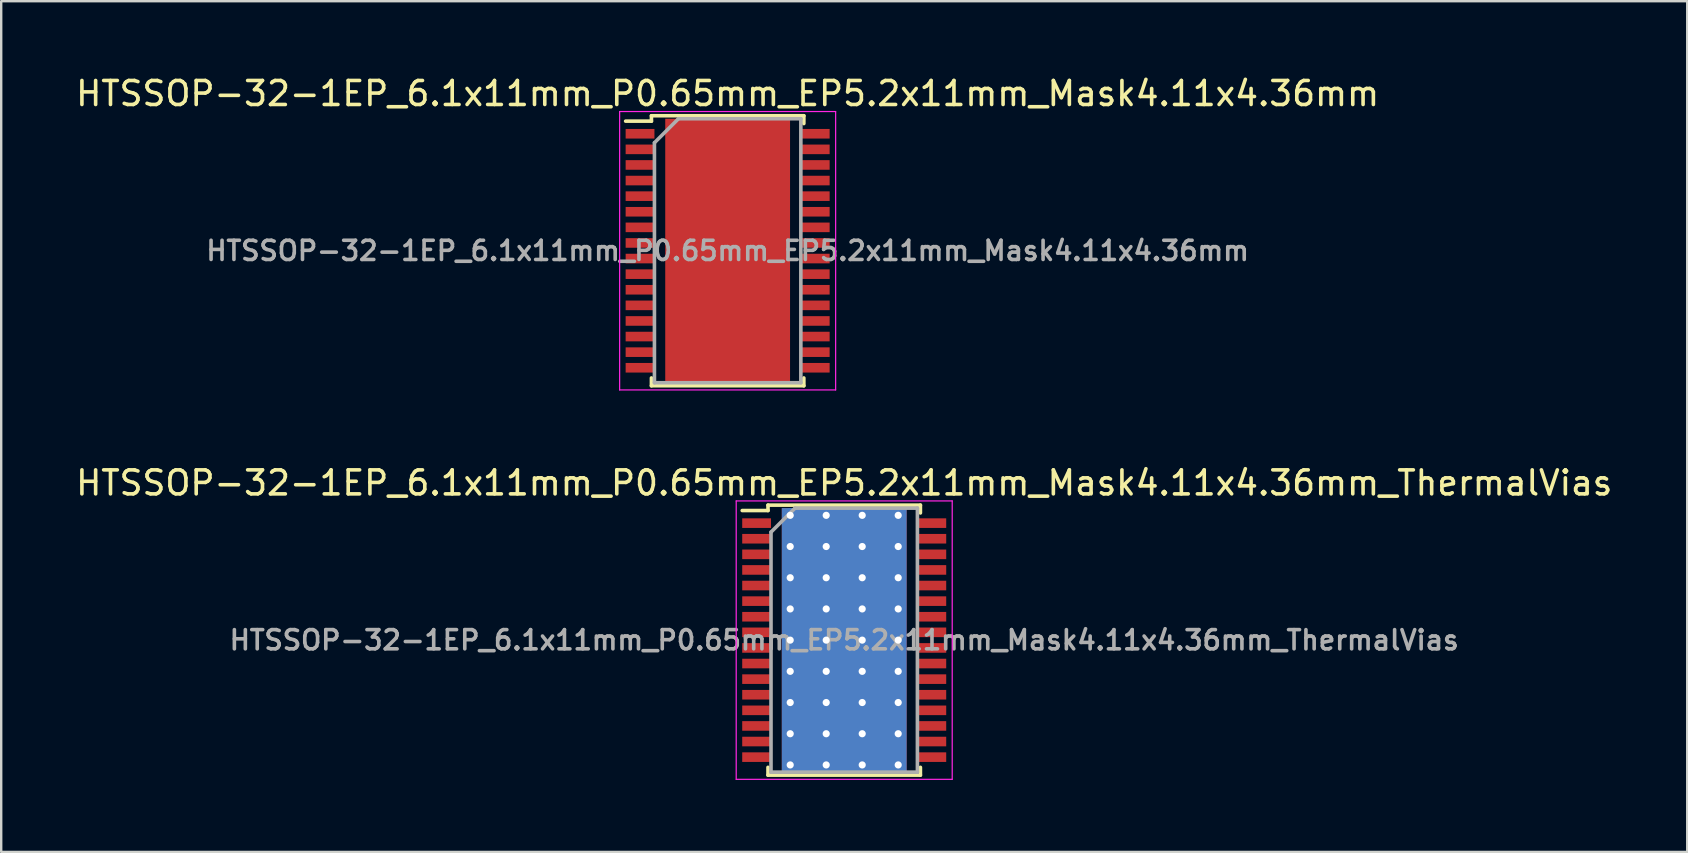
<source format=kicad_pcb>
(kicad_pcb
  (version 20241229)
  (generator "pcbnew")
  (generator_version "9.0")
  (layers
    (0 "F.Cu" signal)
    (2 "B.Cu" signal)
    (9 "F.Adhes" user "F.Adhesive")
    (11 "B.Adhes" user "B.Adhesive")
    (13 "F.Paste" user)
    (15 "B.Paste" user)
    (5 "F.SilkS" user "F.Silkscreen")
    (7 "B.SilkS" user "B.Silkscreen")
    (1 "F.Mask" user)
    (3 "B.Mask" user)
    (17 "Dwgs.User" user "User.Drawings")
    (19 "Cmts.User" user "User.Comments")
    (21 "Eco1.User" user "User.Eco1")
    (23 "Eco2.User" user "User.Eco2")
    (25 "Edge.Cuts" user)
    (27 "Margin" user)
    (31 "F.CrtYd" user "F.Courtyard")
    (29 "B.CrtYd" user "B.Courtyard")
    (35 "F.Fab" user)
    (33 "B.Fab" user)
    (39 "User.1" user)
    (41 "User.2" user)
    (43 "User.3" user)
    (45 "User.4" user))
  (footprint "HTSSOP-32-1EP_6.1x11mm_P0.65mm_EP5.2x11mm_Mask4.11x4.36mm"
    (layer "F.Cu")
    (at 27.268 7.398)
    (property "Reference" "HTSSOP-32-1EP_6.1x11mm_P0.65mm_EP5.2x11mm_Mask4.11x4.36mm" (at 0 -6.55 0) (layer "F.SilkS") (effects (font (size 1 1) (thickness 0.15))))
    (attr smd)
    (fp_line (start -4.25 -5.4) (end -3.175 -5.4) (stroke (width 0.15) (type solid)) (layer "F.SilkS"))
    (fp_line (start -3.175 -5.625) (end 3.175 -5.625) (stroke (width 0.15) (type solid)) (layer "F.SilkS"))
    (fp_line (start -3.175 -5.4) (end -3.175 -5.625) (stroke (width 0.15) (type solid)) (layer "F.SilkS"))
    (fp_line (start -3.175 5.3) (end -3.175 5.625) (stroke (width 0.15) (type solid)) (layer "F.SilkS"))
    (fp_line (start -3.175 5.625) (end 3.175 5.625) (stroke (width 0.15) (type solid)) (layer "F.SilkS"))
    (fp_line (start 3.175 -5.625) (end 3.175 -5.3) (stroke (width 0.15) (type solid)) (layer "F.SilkS"))
    (fp_line (start 3.175 5.625) (end 3.175 5.3) (stroke (width 0.15) (type solid)) (layer "F.SilkS"))
    (fp_line (start -4.5 -5.8) (end -4.5 5.8) (stroke (width 0.05) (type solid)) (layer "F.CrtYd"))
    (fp_line (start -4.5 5.8) (end 4.5 5.8) (stroke (width 0.05) (type solid)) (layer "F.CrtYd"))
    (fp_line (start 4.5 -5.8) (end -4.5 -5.8) (stroke (width 0.05) (type solid)) (layer "F.CrtYd"))
    (fp_line (start 4.5 5.8) (end 4.5 -5.8) (stroke (width 0.05) (type solid)) (layer "F.CrtYd"))
    (fp_line (start -3.05 -4.5) (end -2.05 -5.5) (stroke (width 0.15) (type solid)) (layer "F.Fab"))
    (fp_line (start -3.05 5.5) (end -3.05 -4.5) (stroke (width 0.15) (type solid)) (layer "F.Fab"))
    (fp_line (start -2.05 -5.5) (end 3.05 -5.5) (stroke (width 0.15) (type solid)) (layer "F.Fab"))
    (fp_line (start 3.05 -5.5) (end 3.05 5.5) (stroke (width 0.15) (type solid)) (layer "F.Fab"))
    (fp_line (start 3.05 5.5) (end -3.05 5.5) (stroke (width 0.15) (type solid)) (layer "F.Fab"))
    (fp_text user "${REFERENCE}" (at 0 0 0) (layer "F.Fab") (effects (font (size 0.8 0.8) (thickness 0.15))))
    (pad "" smd rect (at -1.37 -1.46) (size 1.07 1.16) (layers "F.Paste"))
    (pad "" smd rect (at -1.37 0) (size 1.07 1.16) (layers "F.Paste"))
    (pad "" smd rect (at -1.37 1.46) (size 1.07 1.16) (layers "F.Paste"))
    (pad "" smd rect (at 0 -1.46) (size 1.07 1.16) (layers "F.Paste"))
    (pad "" smd rect (at 0 0) (size 1.07 1.16) (layers "F.Paste"))
    (pad "" smd rect (at 0 0) (size 4.11 4.36) (layers "F.Mask"))
    (pad "" smd rect (at 0 1.46) (size 1.07 1.16) (layers "F.Paste"))
    (pad "" smd rect (at 1.37 -1.46) (size 1.07 1.16) (layers "F.Paste"))
    (pad "" smd rect (at 1.37 0) (size 1.07 1.16) (layers "F.Paste"))
    (pad "" smd rect (at 1.37 1.46) (size 1.07 1.16) (layers "F.Paste"))
    (pad "1" smd rect (at -3.65 -4.875) (size 1.2 0.4) (layers "F.Cu" "F.Mask" "F.Paste"))
    (pad "2" smd rect (at -3.65 -4.225) (size 1.2 0.4) (layers "F.Cu" "F.Mask" "F.Paste"))
    (pad "3" smd rect (at -3.65 -3.575) (size 1.2 0.4) (layers "F.Cu" "F.Mask" "F.Paste"))
    (pad "4" smd rect (at -3.65 -2.925) (size 1.2 0.4) (layers "F.Cu" "F.Mask" "F.Paste"))
    (pad "5" smd rect (at -3.65 -2.275) (size 1.2 0.4) (layers "F.Cu" "F.Mask" "F.Paste"))
    (pad "6" smd rect (at -3.65 -1.625) (size 1.2 0.4) (layers "F.Cu" "F.Mask" "F.Paste"))
    (pad "7" smd rect (at -3.65 -0.975) (size 1.2 0.4) (layers "F.Cu" "F.Mask" "F.Paste"))
    (pad "8" smd rect (at -3.65 -0.325) (size 1.2 0.4) (layers "F.Cu" "F.Mask" "F.Paste"))
    (pad "9" smd rect (at -3.65 0.325) (size 1.2 0.4) (layers "F.Cu" "F.Mask" "F.Paste"))
    (pad "10" smd rect (at -3.65 0.975) (size 1.2 0.4) (layers "F.Cu" "F.Mask" "F.Paste"))
    (pad "11" smd rect (at -3.65 1.625) (size 1.2 0.4) (layers "F.Cu" "F.Mask" "F.Paste"))
    (pad "12" smd rect (at -3.65 2.275) (size 1.2 0.4) (layers "F.Cu" "F.Mask" "F.Paste"))
    (pad "13" smd rect (at -3.65 2.925) (size 1.2 0.4) (layers "F.Cu" "F.Mask" "F.Paste"))
    (pad "14" smd rect (at -3.65 3.575) (size 1.2 0.4) (layers "F.Cu" "F.Mask" "F.Paste"))
    (pad "15" smd rect (at -3.65 4.225) (size 1.2 0.4) (layers "F.Cu" "F.Mask" "F.Paste"))
    (pad "16" smd rect (at -3.65 4.875) (size 1.2 0.4) (layers "F.Cu" "F.Mask" "F.Paste"))
    (pad "17" smd rect (at 3.65 4.875) (size 1.2 0.4) (layers "F.Cu" "F.Mask" "F.Paste"))
    (pad "18" smd rect (at 3.65 4.225) (size 1.2 0.4) (layers "F.Cu" "F.Mask" "F.Paste"))
    (pad "19" smd rect (at 3.65 3.575) (size 1.2 0.4) (layers "F.Cu" "F.Mask" "F.Paste"))
    (pad "20" smd rect (at 3.65 2.925) (size 1.2 0.4) (layers "F.Cu" "F.Mask" "F.Paste"))
    (pad "21" smd rect (at 3.65 2.275) (size 1.2 0.4) (layers "F.Cu" "F.Mask" "F.Paste"))
    (pad "22" smd rect (at 3.65 1.625) (size 1.2 0.4) (layers "F.Cu" "F.Mask" "F.Paste"))
    (pad "23" smd rect (at 3.65 0.975) (size 1.2 0.4) (layers "F.Cu" "F.Mask" "F.Paste"))
    (pad "24" smd rect (at 3.65 0.325) (size 1.2 0.4) (layers "F.Cu" "F.Mask" "F.Paste"))
    (pad "25" smd rect (at 3.65 -0.325) (size 1.2 0.4) (layers "F.Cu" "F.Mask" "F.Paste"))
    (pad "26" smd rect (at 3.65 -0.975) (size 1.2 0.4) (layers "F.Cu" "F.Mask" "F.Paste"))
    (pad "27" smd rect (at 3.65 -1.625) (size 1.2 0.4) (layers "F.Cu" "F.Mask" "F.Paste"))
    (pad "28" smd rect (at 3.65 -2.275) (size 1.2 0.4) (layers "F.Cu" "F.Mask" "F.Paste"))
    (pad "29" smd rect (at 3.65 -2.925) (size 1.2 0.4) (layers "F.Cu" "F.Mask" "F.Paste"))
    (pad "30" smd rect (at 3.65 -3.575) (size 1.2 0.4) (layers "F.Cu" "F.Mask" "F.Paste"))
    (pad "31" smd rect (at 3.65 -4.225) (size 1.2 0.4) (layers "F.Cu" "F.Mask" "F.Paste"))
    (pad "32" smd rect (at 3.65 -4.875) (size 1.2 0.4) (layers "F.Cu" "F.Mask" "F.Paste"))
    (pad "33" smd rect (at 0 0) (size 5.2 11) (layers "F.Cu")))
  (footprint "HTSSOP-32-1EP_6.1x11mm_P0.65mm_EP5.2x11mm_Mask4.11x4.36mm_ThermalVias"
    (layer "F.Cu")
    (at 32.125 23.622)
    (property "Reference" "HTSSOP-32-1EP_6.1x11mm_P0.65mm_EP5.2x11mm_Mask4.11x4.36mm_ThermalVias" (at 0 -6.55 0) (layer "F.SilkS") (effects (font (size 1 1) (thickness 0.15))))
    (attr smd)
    (fp_line (start -4.25 -5.4) (end -3.175 -5.4) (stroke (width 0.15) (type solid)) (layer "F.SilkS"))
    (fp_line (start -3.175 -5.625) (end 3.175 -5.625) (stroke (width 0.15) (type solid)) (layer "F.SilkS"))
    (fp_line (start -3.175 -5.4) (end -3.175 -5.625) (stroke (width 0.15) (type solid)) (layer "F.SilkS"))
    (fp_line (start -3.175 5.3) (end -3.175 5.625) (stroke (width 0.15) (type solid)) (layer "F.SilkS"))
    (fp_line (start -3.175 5.625) (end 3.175 5.625) (stroke (width 0.15) (type solid)) (layer "F.SilkS"))
    (fp_line (start 3.175 -5.625) (end 3.175 -5.3) (stroke (width 0.15) (type solid)) (layer "F.SilkS"))
    (fp_line (start 3.175 5.625) (end 3.175 5.3) (stroke (width 0.15) (type solid)) (layer "F.SilkS"))
    (fp_line (start -4.5 -5.8) (end -4.5 5.8) (stroke (width 0.05) (type solid)) (layer "F.CrtYd"))
    (fp_line (start -4.5 5.8) (end 4.5 5.8) (stroke (width 0.05) (type solid)) (layer "F.CrtYd"))
    (fp_line (start 4.5 -5.8) (end -4.5 -5.8) (stroke (width 0.05) (type solid)) (layer "F.CrtYd"))
    (fp_line (start 4.5 5.8) (end 4.5 -5.8) (stroke (width 0.05) (type solid)) (layer "F.CrtYd"))
    (fp_line (start -3.05 -4.5) (end -2.05 -5.5) (stroke (width 0.15) (type solid)) (layer "F.Fab"))
    (fp_line (start -3.05 5.5) (end -3.05 -4.5) (stroke (width 0.15) (type solid)) (layer "F.Fab"))
    (fp_line (start -2.05 -5.5) (end 3.05 -5.5) (stroke (width 0.15) (type solid)) (layer "F.Fab"))
    (fp_line (start 3.05 -5.5) (end 3.05 5.5) (stroke (width 0.15) (type solid)) (layer "F.Fab"))
    (fp_line (start 3.05 5.5) (end -3.05 5.5) (stroke (width 0.15) (type solid)) (layer "F.Fab"))
    (fp_text user "${REFERENCE}" (at 0 0 0) (layer "F.Fab") (effects (font (size 0.8 0.8) (thickness 0.15))))
    (pad "" smd rect (at -1.365 -1.725) (size 0.93 0.55) (layers "F.Paste"))
    (pad "" smd rect (at -1.365 -0.65) (size 0.93 1) (layers "F.Paste"))
    (pad "" smd rect (at -1.365 0.65) (size 0.93 1) (layers "F.Paste"))
    (pad "" smd rect (at -1.365 1.725) (size 0.93 0.55) (layers "F.Paste"))
    (pad "" smd rect (at 0 -1.725) (size 1.2 0.55) (layers "F.Paste"))
    (pad "" smd rect (at 0 -0.65) (size 1.2 1) (layers "F.Paste"))
    (pad "" smd rect (at 0 0) (size 4.11 4.36) (layers "F.Mask"))
    (pad "" smd rect (at 0 0.65) (size 1.2 1) (layers "F.Paste"))
    (pad "" smd rect (at 0 1.725) (size 1.2 0.55) (layers "F.Paste"))
    (pad "" smd rect (at 1.365 -1.725) (size 0.93 0.55) (layers "F.Paste"))
    (pad "" smd rect (at 1.365 -0.65) (size 0.93 1) (layers "F.Paste"))
    (pad "" smd rect (at 1.365 0.65) (size 0.93 1) (layers "F.Paste"))
    (pad "" smd rect (at 1.365 1.725) (size 0.93 0.55) (layers "F.Paste"))
    (pad "1" smd rect (at -3.65 -4.875) (size 1.2 0.4) (layers "F.Cu" "F.Mask" "F.Paste"))
    (pad "2" smd rect (at -3.65 -4.225) (size 1.2 0.4) (layers "F.Cu" "F.Mask" "F.Paste"))
    (pad "3" smd rect (at -3.65 -3.575) (size 1.2 0.4) (layers "F.Cu" "F.Mask" "F.Paste"))
    (pad "4" smd rect (at -3.65 -2.925) (size 1.2 0.4) (layers "F.Cu" "F.Mask" "F.Paste"))
    (pad "5" smd rect (at -3.65 -2.275) (size 1.2 0.4) (layers "F.Cu" "F.Mask" "F.Paste"))
    (pad "6" smd rect (at -3.65 -1.625) (size 1.2 0.4) (layers "F.Cu" "F.Mask" "F.Paste"))
    (pad "7" smd rect (at -3.65 -0.975) (size 1.2 0.4) (layers "F.Cu" "F.Mask" "F.Paste"))
    (pad "8" smd rect (at -3.65 -0.325) (size 1.2 0.4) (layers "F.Cu" "F.Mask" "F.Paste"))
    (pad "9" smd rect (at -3.65 0.325) (size 1.2 0.4) (layers "F.Cu" "F.Mask" "F.Paste"))
    (pad "10" smd rect (at -3.65 0.975) (size 1.2 0.4) (layers "F.Cu" "F.Mask" "F.Paste"))
    (pad "11" smd rect (at -3.65 1.625) (size 1.2 0.4) (layers "F.Cu" "F.Mask" "F.Paste"))
    (pad "12" smd rect (at -3.65 2.275) (size 1.2 0.4) (layers "F.Cu" "F.Mask" "F.Paste"))
    (pad "13" smd rect (at -3.65 2.925) (size 1.2 0.4) (layers "F.Cu" "F.Mask" "F.Paste"))
    (pad "14" smd rect (at -3.65 3.575) (size 1.2 0.4) (layers "F.Cu" "F.Mask" "F.Paste"))
    (pad "15" smd rect (at -3.65 4.225) (size 1.2 0.4) (layers "F.Cu" "F.Mask" "F.Paste"))
    (pad "16" smd rect (at -3.65 4.875) (size 1.2 0.4) (layers "F.Cu" "F.Mask" "F.Paste"))
    (pad "17" smd rect (at 3.65 4.875) (size 1.2 0.4) (layers "F.Cu" "F.Mask" "F.Paste"))
    (pad "18" smd rect (at 3.65 4.225) (size 1.2 0.4) (layers "F.Cu" "F.Mask" "F.Paste"))
    (pad "19" smd rect (at 3.65 3.575) (size 1.2 0.4) (layers "F.Cu" "F.Mask" "F.Paste"))
    (pad "20" smd rect (at 3.65 2.925) (size 1.2 0.4) (layers "F.Cu" "F.Mask" "F.Paste"))
    (pad "21" smd rect (at 3.65 2.275) (size 1.2 0.4) (layers "F.Cu" "F.Mask" "F.Paste"))
    (pad "22" smd rect (at 3.65 1.625) (size 1.2 0.4) (layers "F.Cu" "F.Mask" "F.Paste"))
    (pad "23" smd rect (at 3.65 0.975) (size 1.2 0.4) (layers "F.Cu" "F.Mask" "F.Paste"))
    (pad "24" smd rect (at 3.65 0.325) (size 1.2 0.4) (layers "F.Cu" "F.Mask" "F.Paste"))
    (pad "25" smd rect (at 3.65 -0.325) (size 1.2 0.4) (layers "F.Cu" "F.Mask" "F.Paste"))
    (pad "26" smd rect (at 3.65 -0.975) (size 1.2 0.4) (layers "F.Cu" "F.Mask" "F.Paste"))
    (pad "27" smd rect (at 3.65 -1.625) (size 1.2 0.4) (layers "F.Cu" "F.Mask" "F.Paste"))
    (pad "28" smd rect (at 3.65 -2.275) (size 1.2 0.4) (layers "F.Cu" "F.Mask" "F.Paste"))
    (pad "29" smd rect (at 3.65 -2.925) (size 1.2 0.4) (layers "F.Cu" "F.Mask" "F.Paste"))
    (pad "30" smd rect (at 3.65 -3.575) (size 1.2 0.4) (layers "F.Cu" "F.Mask" "F.Paste"))
    (pad "31" smd rect (at 3.65 -4.225) (size 1.2 0.4) (layers "F.Cu" "F.Mask" "F.Paste"))
    (pad "32" smd rect (at 3.65 -4.875) (size 1.2 0.4) (layers "F.Cu" "F.Mask" "F.Paste"))
    (pad "33" thru_hole circle (at -2.25 -5.2) (size 0.6 0.6) (drill 0.3) (layers "*.Cu"))
    (pad "33" thru_hole circle (at -2.25 -3.9) (size 0.6 0.6) (drill 0.3) (layers "*.Cu"))
    (pad "33" thru_hole circle (at -2.25 -2.6) (size 0.6 0.6) (drill 0.3) (layers "*.Cu"))
    (pad "33" thru_hole circle (at -2.25 -1.3) (size 0.6 0.6) (drill 0.3) (layers "*.Cu"))
    (pad "33" thru_hole circle (at -2.25 0) (size 0.6 0.6) (drill 0.3) (layers "*.Cu"))
    (pad "33" thru_hole circle (at -2.25 1.3) (size 0.6 0.6) (drill 0.3) (layers "*.Cu"))
    (pad "33" thru_hole circle (at -2.25 2.6) (size 0.6 0.6) (drill 0.3) (layers "*.Cu"))
    (pad "33" thru_hole circle (at -2.25 3.9) (size 0.6 0.6) (drill 0.3) (layers "*.Cu"))
    (pad "33" thru_hole circle (at -2.25 5.2) (size 0.6 0.6) (drill 0.3) (layers "*.Cu"))
    (pad "33" thru_hole circle (at -0.75 -5.2) (size 0.6 0.6) (drill 0.3) (layers "*.Cu"))
    (pad "33" thru_hole circle (at -0.75 -3.9) (size 0.6 0.6) (drill 0.3) (layers "*.Cu"))
    (pad "33" thru_hole circle (at -0.75 -2.6) (size 0.6 0.6) (drill 0.3) (layers "*.Cu"))
    (pad "33" thru_hole circle (at -0.75 -1.3) (size 0.6 0.6) (drill 0.3) (layers "*.Cu"))
    (pad "33" thru_hole circle (at -0.75 0) (size 0.6 0.6) (drill 0.3) (layers "*.Cu"))
    (pad "33" thru_hole circle (at -0.75 1.3) (size 0.6 0.6) (drill 0.3) (layers "*.Cu"))
    (pad "33" thru_hole circle (at -0.75 2.6) (size 0.6 0.6) (drill 0.3) (layers "*.Cu"))
    (pad "33" thru_hole circle (at -0.75 3.9) (size 0.6 0.6) (drill 0.3) (layers "*.Cu"))
    (pad "33" thru_hole circle (at -0.75 5.2) (size 0.6 0.6) (drill 0.3) (layers "*.Cu"))
    (pad "33" smd rect (at 0 0) (size 5.2 11) (layers "F.Cu"))
    (pad "33" smd rect (at 0 0) (size 5.2 11) (layers "B.Cu"))
    (pad "33" thru_hole circle (at 0.75 -5.2) (size 0.6 0.6) (drill 0.3) (layers "*.Cu"))
    (pad "33" thru_hole circle (at 0.75 -3.9) (size 0.6 0.6) (drill 0.3) (layers "*.Cu"))
    (pad "33" thru_hole circle (at 0.75 -2.6) (size 0.6 0.6) (drill 0.3) (layers "*.Cu"))
    (pad "33" thru_hole circle (at 0.75 -1.3) (size 0.6 0.6) (drill 0.3) (layers "*.Cu"))
    (pad "33" thru_hole circle (at 0.75 0) (size 0.6 0.6) (drill 0.3) (layers "*.Cu"))
    (pad "33" thru_hole circle (at 0.75 1.3) (size 0.6 0.6) (drill 0.3) (layers "*.Cu"))
    (pad "33" thru_hole circle (at 0.75 2.6) (size 0.6 0.6) (drill 0.3) (layers "*.Cu"))
    (pad "33" thru_hole circle (at 0.75 3.9) (size 0.6 0.6) (drill 0.3) (layers "*.Cu"))
    (pad "33" thru_hole circle (at 0.75 5.2) (size 0.6 0.6) (drill 0.3) (layers "*.Cu"))
    (pad "33" thru_hole circle (at 2.25 -5.2) (size 0.6 0.6) (drill 0.3) (layers "*.Cu"))
    (pad "33" thru_hole circle (at 2.25 -3.9) (size 0.6 0.6) (drill 0.3) (layers "*.Cu"))
    (pad "33" thru_hole circle (at 2.25 -2.6) (size 0.6 0.6) (drill 0.3) (layers "*.Cu"))
    (pad "33" thru_hole circle (at 2.25 -1.3) (size 0.6 0.6) (drill 0.3) (layers "*.Cu"))
    (pad "33" thru_hole circle (at 2.25 0) (size 0.6 0.6) (drill 0.3) (layers "*.Cu"))
    (pad "33" thru_hole circle (at 2.25 1.3) (size 0.6 0.6) (drill 0.3) (layers "*.Cu"))
    (pad "33" thru_hole circle (at 2.25 2.6) (size 0.6 0.6) (drill 0.3) (layers "*.Cu"))
    (pad "33" thru_hole circle (at 2.25 3.9) (size 0.6 0.6) (drill 0.3) (layers "*.Cu"))
    (pad "33" thru_hole circle (at 2.25 5.2) (size 0.6 0.6) (drill 0.3) (layers "*.Cu")))
  (gr_rect
    (start -3 -3)
    (end 67.25 32.447)
    (stroke (width 0.1) (type default))
    (fill no)
    (layer "Edge.Cuts")))
</source>
